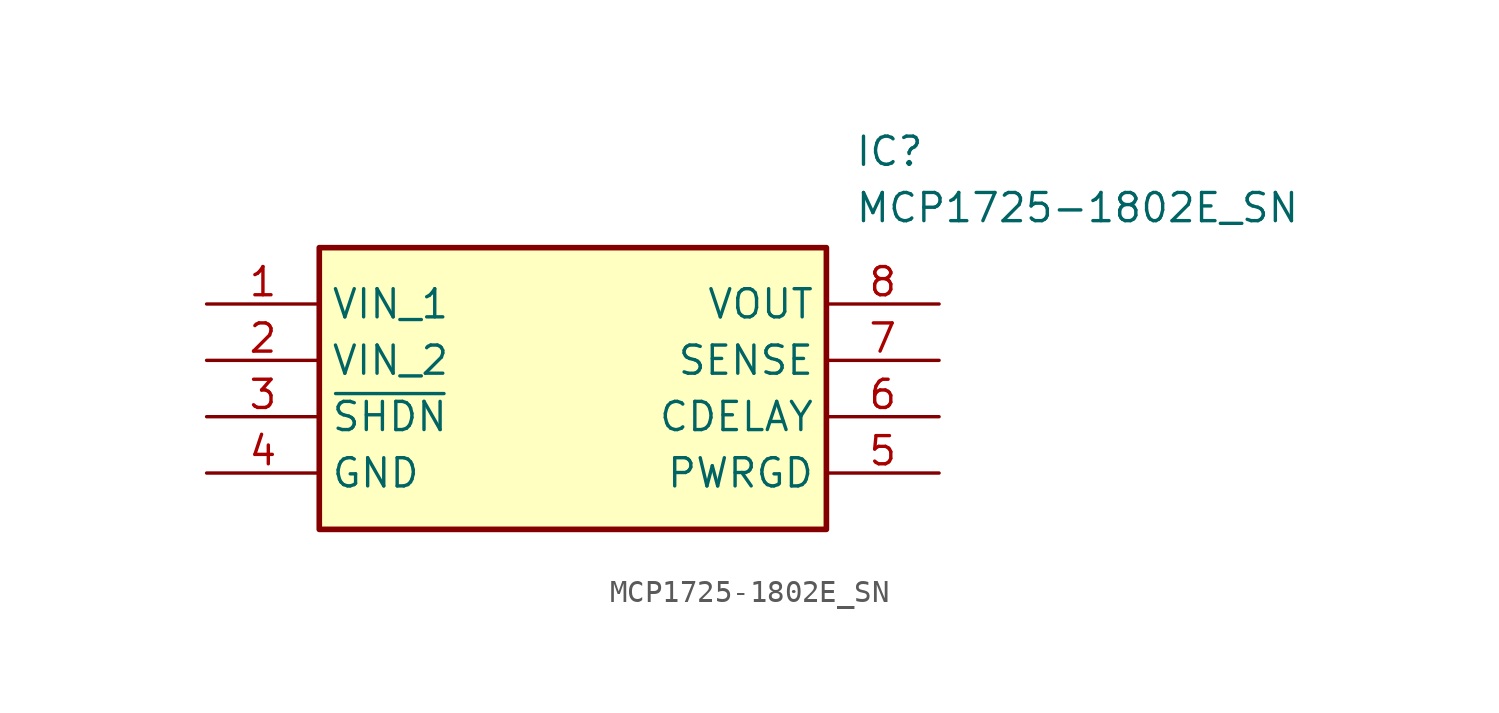
<source format=kicad_sym>
(kicad_symbol_lib
  (version 20211014)
  (generator SamacSys_ECAD_Model)
  (symbol "MCP1725-1802E_SN"
    (property "Reference" "IC"
      (at 29.21 7.62 0)
      (effects (font (size 1.27 1.27)) (justify left top)))
    (property "Value" "MCP1725-1802E_SN"
      (at 29.21 5.08 0)
      (effects (font (size 1.27 1.27)) (justify left top)))
    (rectangle
      (start 5.08 2.54)
      (end 27.94 -10.16)
      (stroke (width 0.254) (type default))
      (fill (type background)))
    (pin passive line
      (at 0 0 0)
      (length 5.08)
      (name "VIN_1" (effects (font (size 1.27 1.27))))
      (number "1" (effects (font (size 1.27 1.27)))))
    (pin passive line
      (at 0 -2.54 0)
      (length 5.08)
      (name "VIN_2" (effects (font (size 1.27 1.27))))
      (number "2" (effects (font (size 1.27 1.27)))))
    (pin passive line
      (at 0 -5.08 0)
      (length 5.08)
      (name "~{SHDN}" (effects (font (size 1.27 1.27))))
      (number "3" (effects (font (size 1.27 1.27)))))
    (pin passive line
      (at 0 -7.62 0)
      (length 5.08)
      (name "GND" (effects (font (size 1.27 1.27))))
      (number "4" (effects (font (size 1.27 1.27)))))
    (pin passive line
      (at 33.02 0 180)
      (length 5.08)
      (name "VOUT" (effects (font (size 1.27 1.27))))
      (number "8" (effects (font (size 1.27 1.27)))))
    (pin passive line
      (at 33.02 -2.54 180)
      (length 5.08)
      (name "SENSE" (effects (font (size 1.27 1.27))))
      (number "7" (effects (font (size 1.27 1.27)))))
    (pin passive line
      (at 33.02 -5.08 180)
      (length 5.08)
      (name "CDELAY" (effects (font (size 1.27 1.27))))
      (number "6" (effects (font (size 1.27 1.27)))))
    (pin passive line
      (at 33.02 -7.62 180)
      (length 5.08)
      (name "PWRGD" (effects (font (size 1.27 1.27))))
      (number "5" (effects (font (size 1.27 1.27)))))))
</source>
